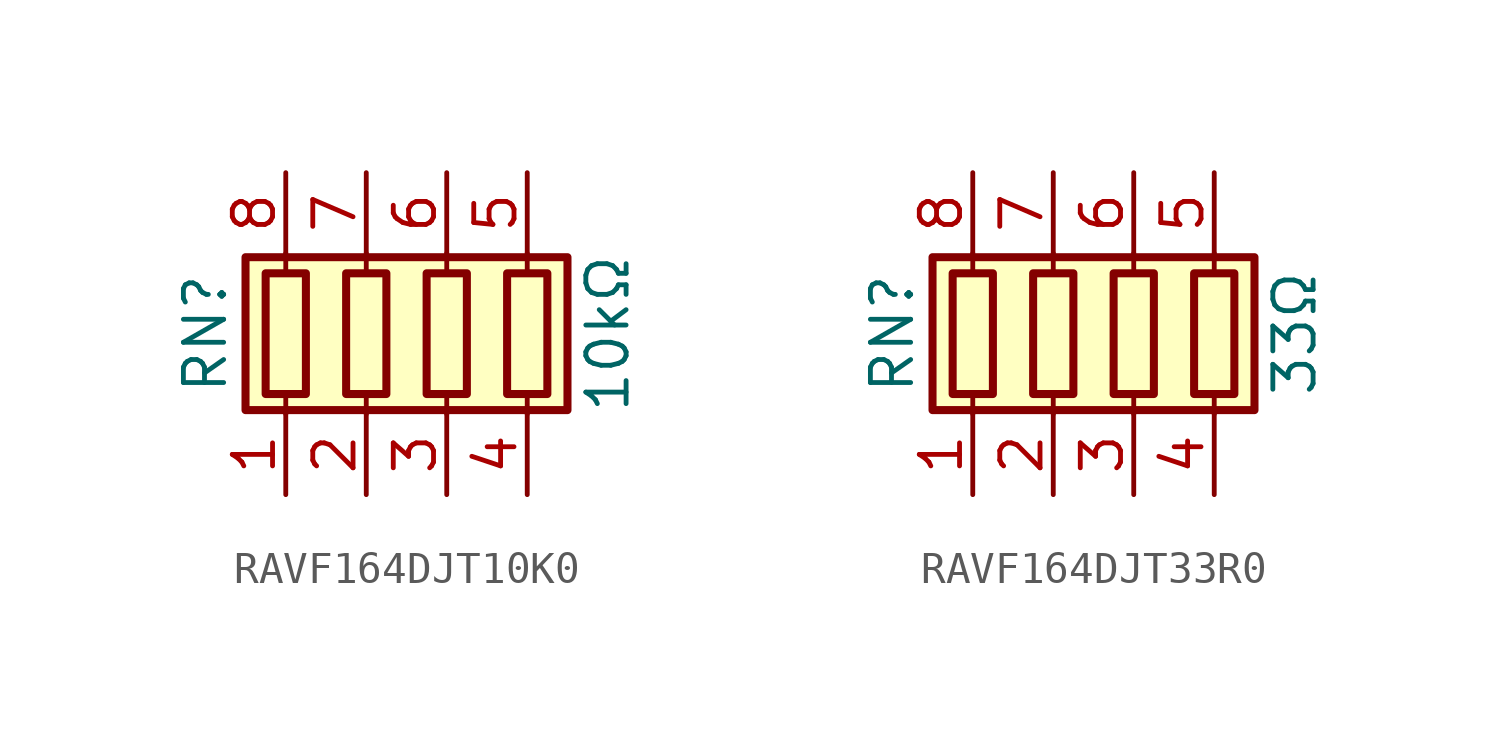
<source format=kicad_sym>
(kicad_symbol_lib
  (version 20241209)
  (generator "kicad_symbol_editor")
  (generator_version "9.0")
  (symbol "RAVF164DJT10K0"
    (pin_names
      (offset 0)
      (hide yes))
    (property "Reference" "RN"
      (at -7.62 0 90)
      (effects (font (size 1.27 1.27))))
    (property "Value" "10kΩ"
      (at 5.08 0 90)
      (effects (font (size 1.27 1.27))))
    (symbol "RAVF164DJT10K0_0_1"
      (rectangle (start -6.35 -2.413) (end 3.81 2.413) (stroke (width 0.254) (type default)) (fill (type background)))
      (rectangle (start -5.715 1.905) (end -4.445 -1.905) (stroke (width 0.254) (type default)) (fill (type none)))
      (polyline (pts (xy -5.08 1.905) (xy -5.08 2.54)) (stroke (width 0) (type default)) (fill (type none)))
      (polyline (pts (xy -5.08 -2.54) (xy -5.08 -1.905)) (stroke (width 0) (type default)) (fill (type none)))
      (rectangle (start -3.175 1.905) (end -1.905 -1.905) (stroke (width 0.254) (type default)) (fill (type none)))
      (polyline (pts (xy -2.54 1.905) (xy -2.54 2.54)) (stroke (width 0) (type default)) (fill (type none)))
      (polyline (pts (xy -2.54 -2.54) (xy -2.54 -1.905)) (stroke (width 0) (type default)) (fill (type none)))
      (rectangle (start -0.635 1.905) (end 0.635 -1.905) (stroke (width 0.254) (type default)) (fill (type none)))
      (polyline (pts (xy 0 1.905) (xy 0 2.54)) (stroke (width 0) (type default)) (fill (type none)))
      (polyline (pts (xy 0 -2.54) (xy 0 -1.905)) (stroke (width 0) (type default)) (fill (type none)))
      (rectangle (start 1.905 1.905) (end 3.175 -1.905) (stroke (width 0.254) (type default)) (fill (type none)))
      (polyline (pts (xy 2.54 1.905) (xy 2.54 2.54)) (stroke (width 0) (type default)) (fill (type none)))
      (polyline (pts (xy 2.54 -2.54) (xy 2.54 -1.905)) (stroke (width 0) (type default)) (fill (type none))))
    (symbol "RAVF164DJT10K0_1_1"
      (pin passive line (at -5.08 5.08 270) (length 2.54) (name "R1.2" (effects (font (size 1.27 1.27)))) (number "8" (effects (font (size 1.27 1.27)))))
      (pin passive line (at -5.08 -5.08 90) (length 2.54) (name "R1.1" (effects (font (size 1.27 1.27)))) (number "1" (effects (font (size 1.27 1.27)))))
      (pin passive line (at -2.54 5.08 270) (length 2.54) (name "R2.2" (effects (font (size 1.27 1.27)))) (number "7" (effects (font (size 1.27 1.27)))))
      (pin passive line (at -2.54 -5.08 90) (length 2.54) (name "R2.1" (effects (font (size 1.27 1.27)))) (number "2" (effects (font (size 1.27 1.27)))))
      (pin passive line (at 0 5.08 270) (length 2.54) (name "R3.2" (effects (font (size 1.27 1.27)))) (number "6" (effects (font (size 1.27 1.27)))))
      (pin passive line (at 0 -5.08 90) (length 2.54) (name "R3.1" (effects (font (size 1.27 1.27)))) (number "3" (effects (font (size 1.27 1.27)))))
      (pin passive line (at 2.54 5.08 270) (length 2.54) (name "R4.2" (effects (font (size 1.27 1.27)))) (number "5" (effects (font (size 1.27 1.27)))))
      (pin passive line (at 2.54 -5.08 90) (length 2.54) (name "R4.1" (effects (font (size 1.27 1.27)))) (number "4" (effects (font (size 1.27 1.27)))))))
  (symbol "RAVF164DJT33R0"
    (pin_names
      (offset 0)
      (hide yes))
    (property "Reference" "RN"
      (at -7.62 0 90)
      (effects (font (size 1.27 1.27))))
    (property "Value" "33Ω"
      (at 5.08 0 90)
      (effects (font (size 1.27 1.27))))
    (symbol "RAVF164DJT33R0_0_1"
      (rectangle (start -6.35 -2.413) (end 3.81 2.413) (stroke (width 0.254) (type default)) (fill (type background)))
      (rectangle (start -5.715 1.905) (end -4.445 -1.905) (stroke (width 0.254) (type default)) (fill (type none)))
      (polyline (pts (xy -5.08 1.905) (xy -5.08 2.54)) (stroke (width 0) (type default)) (fill (type none)))
      (polyline (pts (xy -5.08 -2.54) (xy -5.08 -1.905)) (stroke (width 0) (type default)) (fill (type none)))
      (rectangle (start -3.175 1.905) (end -1.905 -1.905) (stroke (width 0.254) (type default)) (fill (type none)))
      (polyline (pts (xy -2.54 1.905) (xy -2.54 2.54)) (stroke (width 0) (type default)) (fill (type none)))
      (polyline (pts (xy -2.54 -2.54) (xy -2.54 -1.905)) (stroke (width 0) (type default)) (fill (type none)))
      (rectangle (start -0.635 1.905) (end 0.635 -1.905) (stroke (width 0.254) (type default)) (fill (type none)))
      (polyline (pts (xy 0 1.905) (xy 0 2.54)) (stroke (width 0) (type default)) (fill (type none)))
      (polyline (pts (xy 0 -2.54) (xy 0 -1.905)) (stroke (width 0) (type default)) (fill (type none)))
      (rectangle (start 1.905 1.905) (end 3.175 -1.905) (stroke (width 0.254) (type default)) (fill (type none)))
      (polyline (pts (xy 2.54 1.905) (xy 2.54 2.54)) (stroke (width 0) (type default)) (fill (type none)))
      (polyline (pts (xy 2.54 -2.54) (xy 2.54 -1.905)) (stroke (width 0) (type default)) (fill (type none))))
    (symbol "RAVF164DJT33R0_1_1"
      (pin passive line (at -5.08 5.08 270) (length 2.54) (name "R1.2" (effects (font (size 1.27 1.27)))) (number "8" (effects (font (size 1.27 1.27)))))
      (pin passive line (at -5.08 -5.08 90) (length 2.54) (name "R1.1" (effects (font (size 1.27 1.27)))) (number "1" (effects (font (size 1.27 1.27)))))
      (pin passive line (at -2.54 5.08 270) (length 2.54) (name "R2.2" (effects (font (size 1.27 1.27)))) (number "7" (effects (font (size 1.27 1.27)))))
      (pin passive line (at -2.54 -5.08 90) (length 2.54) (name "R2.1" (effects (font (size 1.27 1.27)))) (number "2" (effects (font (size 1.27 1.27)))))
      (pin passive line (at 0 5.08 270) (length 2.54) (name "R3.2" (effects (font (size 1.27 1.27)))) (number "6" (effects (font (size 1.27 1.27)))))
      (pin passive line (at 0 -5.08 90) (length 2.54) (name "R3.1" (effects (font (size 1.27 1.27)))) (number "3" (effects (font (size 1.27 1.27)))))
      (pin passive line (at 2.54 5.08 270) (length 2.54) (name "R4.2" (effects (font (size 1.27 1.27)))) (number "5" (effects (font (size 1.27 1.27)))))
      (pin passive line (at 2.54 -5.08 90) (length 2.54) (name "R4.1" (effects (font (size 1.27 1.27)))) (number "4" (effects (font (size 1.27 1.27))))))))
</source>
